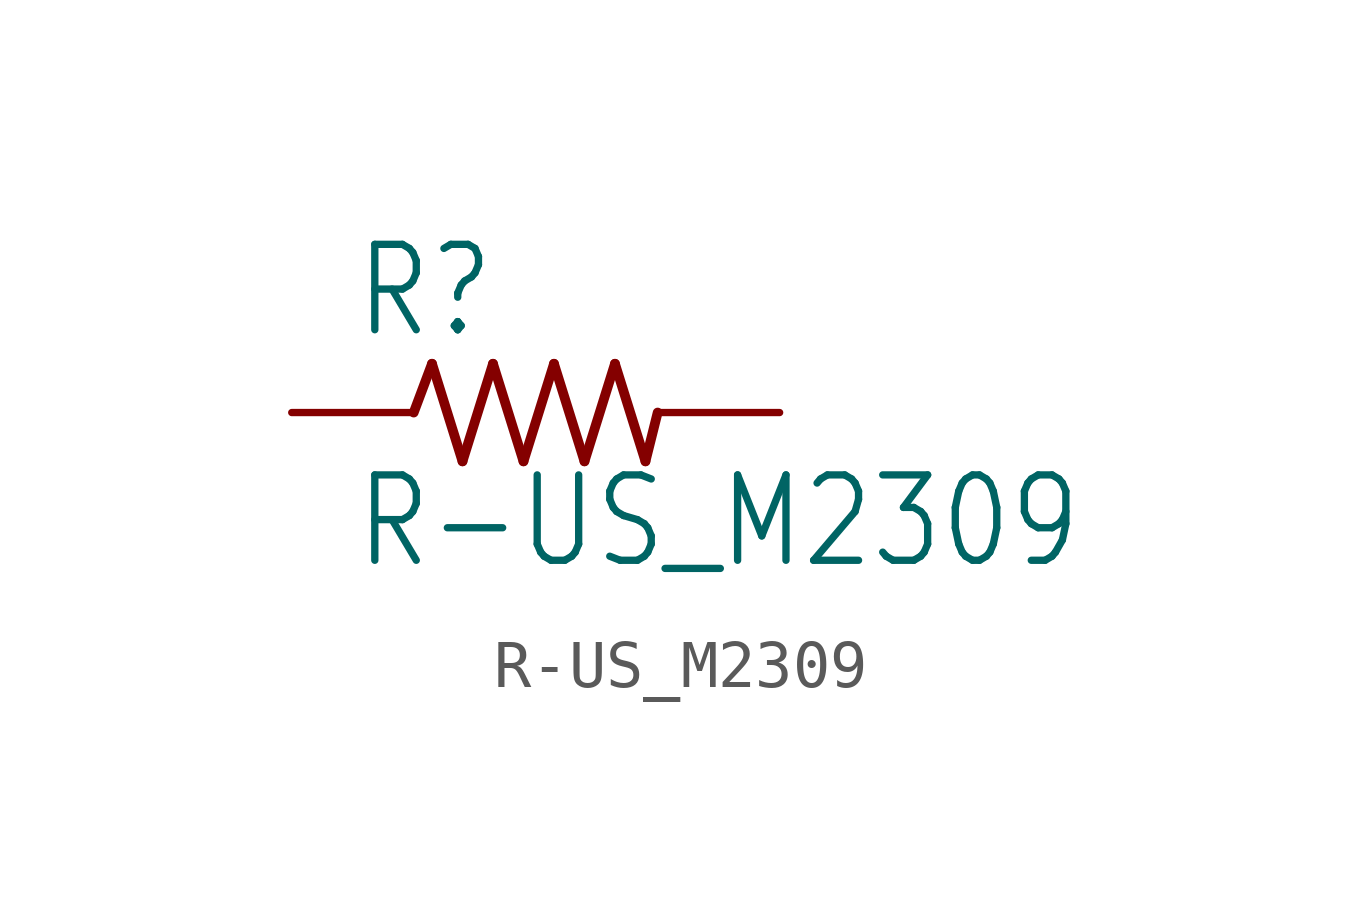
<source format=kicad_sym>
(kicad_symbol_lib
  (version 20211014)
  (generator kicad_symbol_editor)
  (symbol "R-US_M2309"
    (property "Reference" "R"
      (at -3.81 1.499 0)
      (effects (font (size 1.778 1.511)) (justify left bottom)))
    (property "Value" "R-US_M2309"
      (at -3.81 -3.302 0)
      (effects (font (size 1.778 1.511)) (justify left bottom)))
    (property "ki_locked" ""
      (at 0 0 0)
      (effects (font (size 1.27 1.27))))
    (symbol "R-US_M2309_1_0"
      (polyline (pts (xy -2.54 0) (xy -2.159 1.016)) (stroke (width 0.203) (type default) (color 0 0 0 0)) (fill (type none)))
      (polyline (pts (xy -2.159 1.016) (xy -1.524 -1.016)) (stroke (width 0.203) (type default) (color 0 0 0 0)) (fill (type none)))
      (polyline (pts (xy -1.524 -1.016) (xy -0.889 1.016)) (stroke (width 0.203) (type default) (color 0 0 0 0)) (fill (type none)))
      (polyline (pts (xy -0.889 1.016) (xy -0.254 -1.016)) (stroke (width 0.203) (type default) (color 0 0 0 0)) (fill (type none)))
      (polyline (pts (xy -0.254 -1.016) (xy 0.381 1.016)) (stroke (width 0.203) (type default) (color 0 0 0 0)) (fill (type none)))
      (polyline (pts (xy 0.381 1.016) (xy 1.016 -1.016)) (stroke (width 0.203) (type default) (color 0 0 0 0)) (fill (type none)))
      (polyline (pts (xy 1.016 -1.016) (xy 1.651 1.016)) (stroke (width 0.203) (type default) (color 0 0 0 0)) (fill (type none)))
      (polyline (pts (xy 1.651 1.016) (xy 2.286 -1.016)) (stroke (width 0.203) (type default) (color 0 0 0 0)) (fill (type none)))
      (polyline (pts (xy 2.286 -1.016) (xy 2.54 0)) (stroke (width 0.203) (type default) (color 0 0 0 0)) (fill (type none)))
      (pin passive line (at -5.08 0 0) (length 2.54) (name "1" (effects (font (size 0 0)))) (number "1" (effects (font (size 0 0)))))
      (pin passive line (at 5.08 0 180) (length 2.54) (name "2" (effects (font (size 0 0)))) (number "2" (effects (font (size 0 0))))))))
</source>
